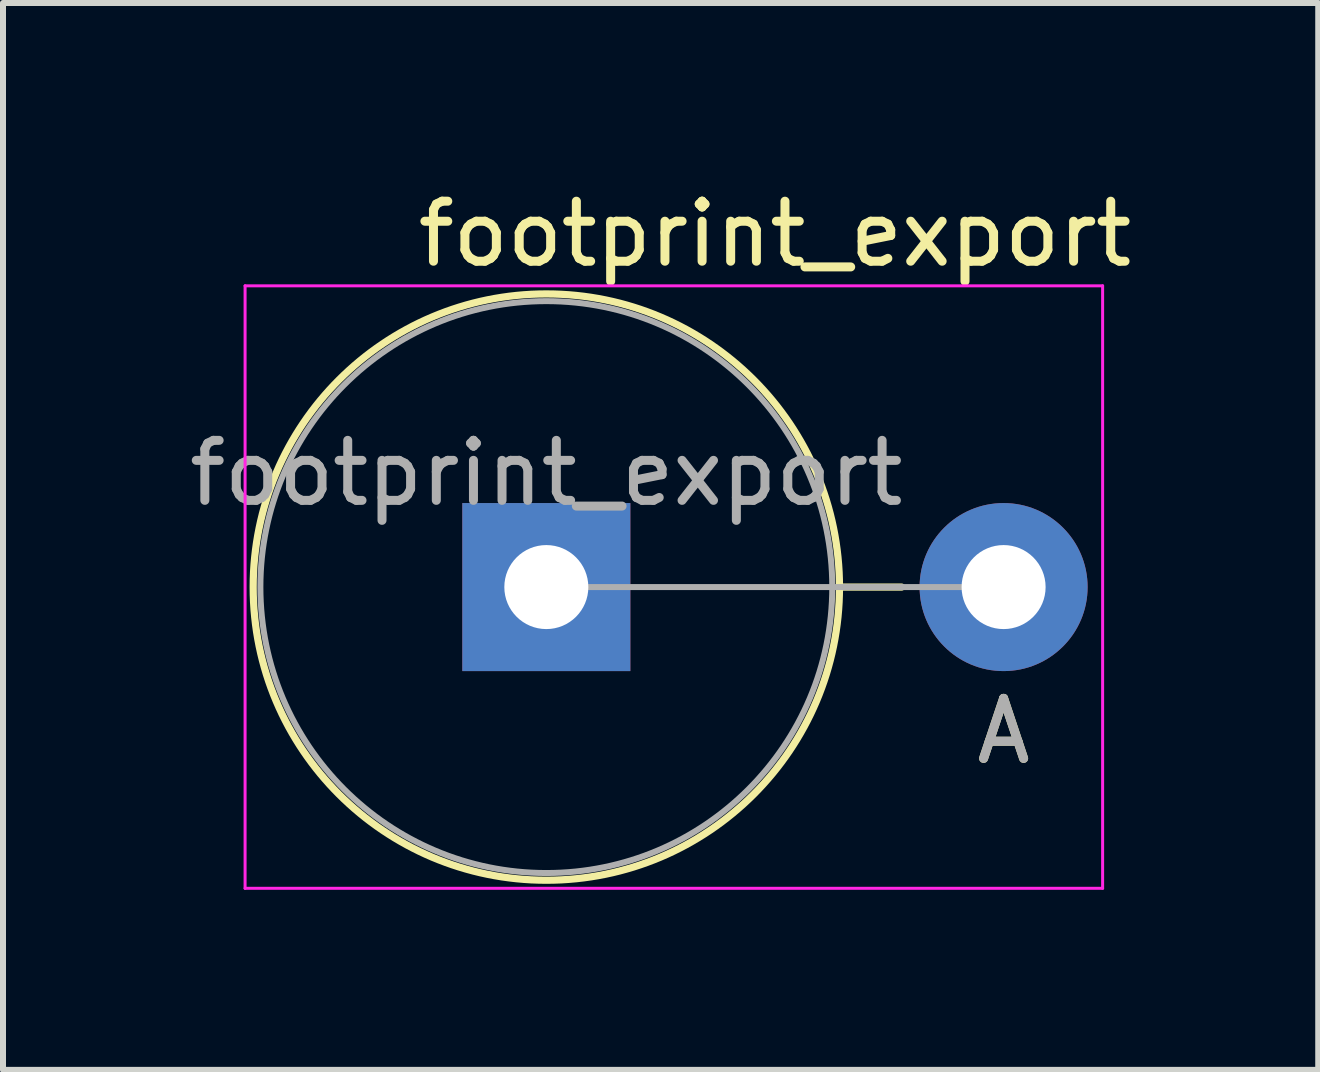
<source format=kicad_pcb>
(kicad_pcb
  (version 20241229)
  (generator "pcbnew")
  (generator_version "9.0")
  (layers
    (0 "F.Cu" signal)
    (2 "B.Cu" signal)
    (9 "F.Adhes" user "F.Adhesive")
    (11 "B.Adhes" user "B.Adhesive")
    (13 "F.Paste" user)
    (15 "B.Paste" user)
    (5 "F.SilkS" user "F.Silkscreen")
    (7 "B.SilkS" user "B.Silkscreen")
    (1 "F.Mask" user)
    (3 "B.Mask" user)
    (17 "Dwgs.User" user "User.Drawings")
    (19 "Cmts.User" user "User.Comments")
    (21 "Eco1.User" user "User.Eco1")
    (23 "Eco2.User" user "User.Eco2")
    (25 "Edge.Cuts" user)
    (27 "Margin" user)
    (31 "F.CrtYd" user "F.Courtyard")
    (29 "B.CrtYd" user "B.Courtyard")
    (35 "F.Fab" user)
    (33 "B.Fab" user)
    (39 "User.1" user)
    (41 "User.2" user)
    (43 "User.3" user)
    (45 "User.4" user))
  (footprint "footprint_export"
    (layer "F.Cu")
    (at 6.054 6.733)
    (property "Reference" "footprint_export" (at 3.81 -5.885 0) (layer "F.SilkS") (effects (font (size 1 1) (thickness 0.15))))
    (attr through_hole)
    (fp_line (start 4.885 0) (end 5.92 0) (stroke (width 0.12) (type solid)) (layer "F.SilkS"))
    (fp_circle (center 0 0) (end 4.885 0) (stroke (width 0.12) (type solid)) (fill no) (layer "F.SilkS"))
    (fp_line (start -5.02 -5.02) (end -5.02 5.02) (stroke (width 0.05) (type solid)) (layer "F.CrtYd"))
    (fp_line (start -5.02 5.02) (end 9.27 5.02) (stroke (width 0.05) (type solid)) (layer "F.CrtYd"))
    (fp_line (start 9.27 -5.02) (end -5.02 -5.02) (stroke (width 0.05) (type solid)) (layer "F.CrtYd"))
    (fp_line (start 9.27 5.02) (end 9.27 -5.02) (stroke (width 0.05) (type solid)) (layer "F.CrtYd"))
    (fp_line (start 0 0) (end 7.62 0) (stroke (width 0.1) (type solid)) (layer "F.Fab"))
    (fp_circle (center 0 0) (end 4.765 0) (stroke (width 0.1) (type solid)) (fill no) (layer "F.Fab"))
    (fp_text user "A" (at 7.62 2.4 0) (layer "F.SilkS") (effects (font (size 1 1) (thickness 0.15))))
    (fp_text user "A" (at 7.62 2.4 0) (layer "F.Fab") (effects (font (size 1 1) (thickness 0.15))))
    (fp_text user "${REFERENCE}" (at 0 -1.9 0) (layer "F.Fab") (effects (font (size 1 1) (thickness 0.15))))
    (pad "1" thru_hole rect (at 0 0) (size 2.8 2.8) (drill 1.4) (layers "*.Cu" "*.Mask"))
    (pad "2" thru_hole oval (at 7.62 0) (size 2.8 2.8) (drill 1.4) (layers "*.Cu" "*.Mask")))
  (gr_rect
    (start -3 -3)
    (end 18.917 14.778)
    (stroke (width 0.1) (type default))
    (fill no)
    (layer "Edge.Cuts")))
</source>
